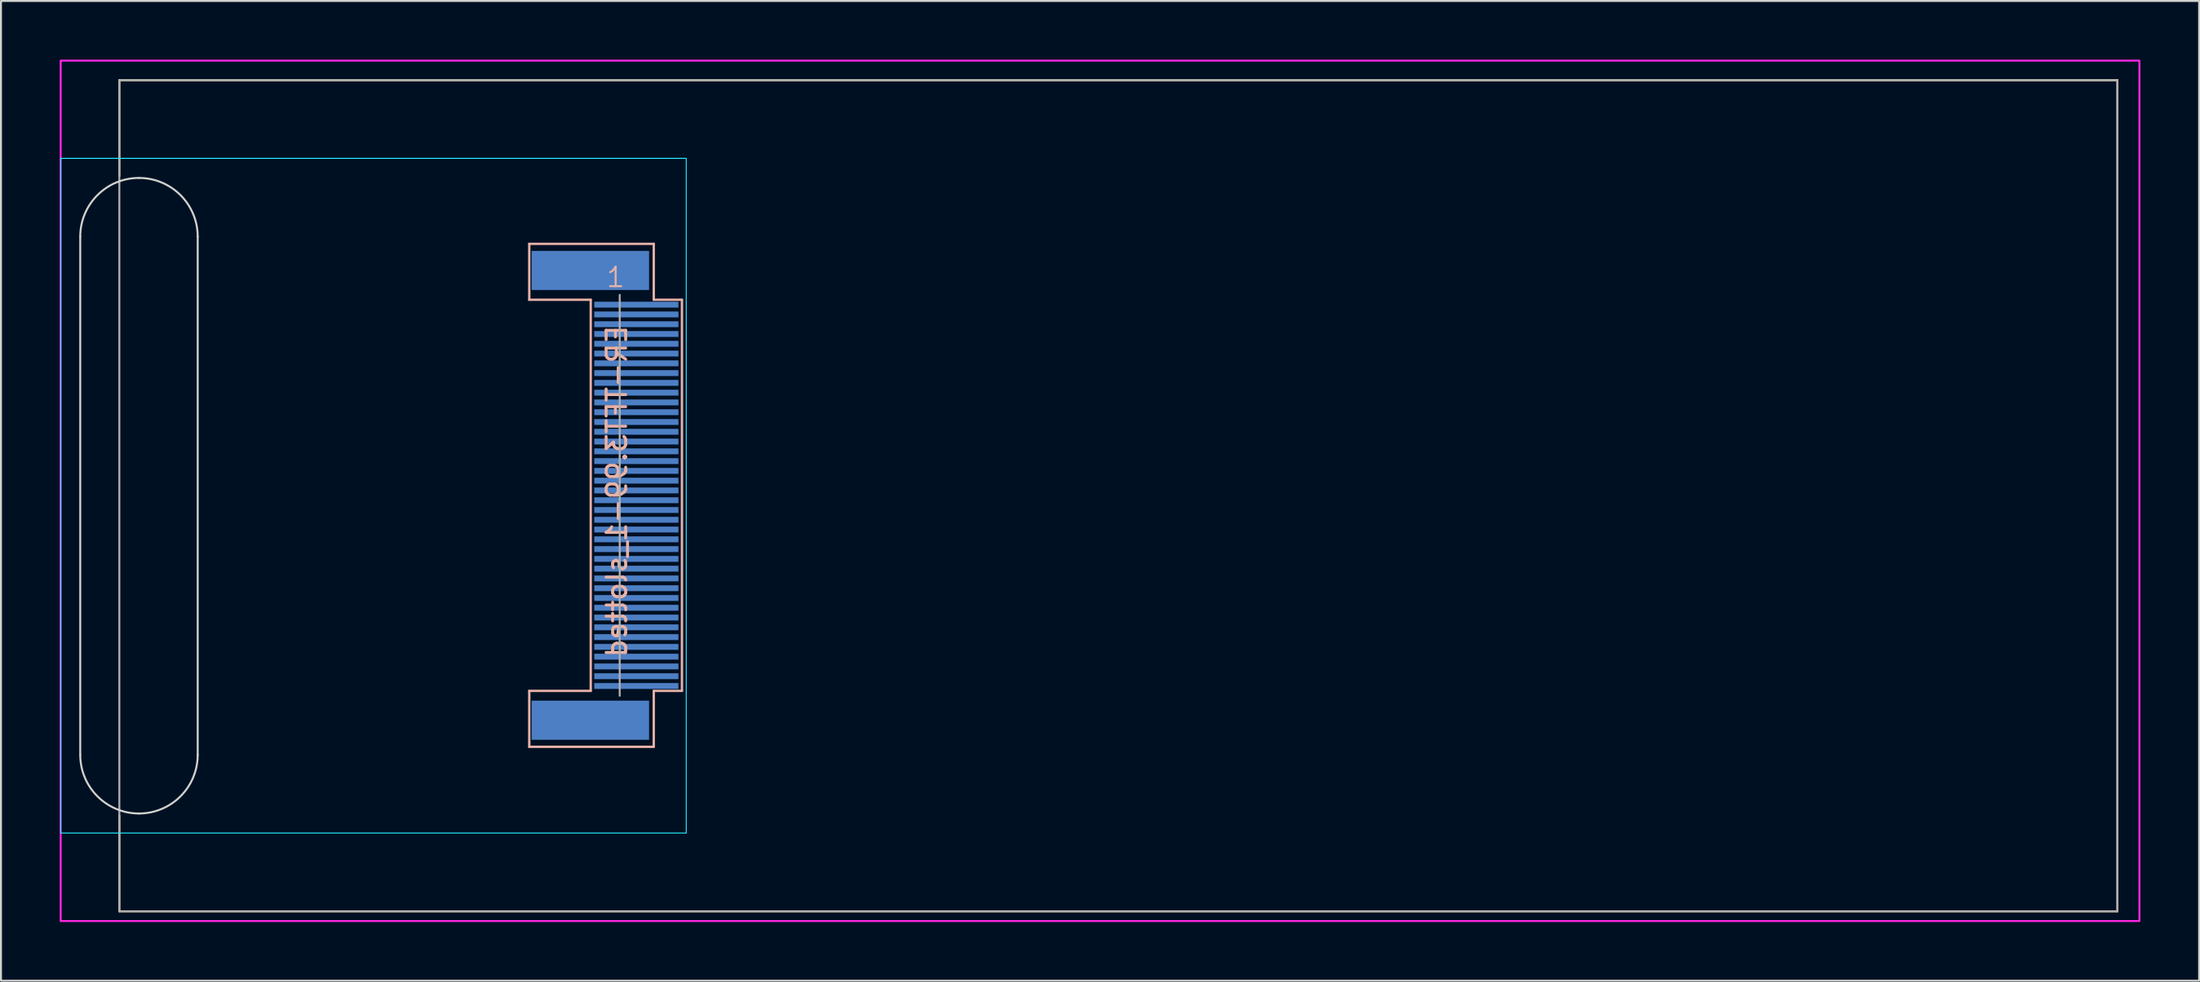
<source format=kicad_pcb>
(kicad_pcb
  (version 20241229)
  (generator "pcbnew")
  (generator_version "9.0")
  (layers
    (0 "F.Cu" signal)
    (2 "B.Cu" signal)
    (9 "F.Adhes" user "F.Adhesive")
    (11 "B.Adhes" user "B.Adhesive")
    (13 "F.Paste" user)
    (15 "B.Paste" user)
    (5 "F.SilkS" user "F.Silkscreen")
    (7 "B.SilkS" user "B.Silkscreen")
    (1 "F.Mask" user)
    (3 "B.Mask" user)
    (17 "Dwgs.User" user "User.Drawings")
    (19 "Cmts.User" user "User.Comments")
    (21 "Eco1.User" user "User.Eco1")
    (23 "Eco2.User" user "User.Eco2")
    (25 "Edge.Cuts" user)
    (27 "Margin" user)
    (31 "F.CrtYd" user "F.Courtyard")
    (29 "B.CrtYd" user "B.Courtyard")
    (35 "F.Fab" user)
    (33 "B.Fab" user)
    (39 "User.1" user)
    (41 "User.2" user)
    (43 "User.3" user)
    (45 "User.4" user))
  (footprint "ER-TFT3.99-1_slotted"
    (layer "F.Cu")
    (at 3.047 1.051)
    (property "Reference" "ER-TFT3.99-1_slotted" (at 25.413 21.029 270) (layer "B.SilkS") (effects (font (size 1 1) (thickness 0.15)) (justify mirror)))
    (attr smd)
    (fp_line (start 0 0) (end 0 4.9) (stroke (width 0.1) (type default)) (layer "F.SilkS"))
    (fp_line (start 0 37.6) (end 0 42.5) (stroke (width 0.1) (type default)) (layer "F.SilkS"))
    (fp_line (start 0 42.5) (end 102.08 42.5) (stroke (width 0.1) (type default)) (layer "F.SilkS"))
    (fp_line (start 102.08 0) (end 0 0) (stroke (width 0.1) (type default)) (layer "F.SilkS"))
    (fp_line (start 102.08 42.5) (end 102.08 0) (stroke (width 0.1) (type default)) (layer "F.SilkS"))
    (fp_line (start 20.943 8.369) (end 27.303 8.369) (stroke (width 0.12) (type default)) (layer "B.SilkS"))
    (fp_line (start 20.943 11.229) (end 20.943 8.369) (stroke (width 0.12) (type default)) (layer "B.SilkS"))
    (fp_line (start 20.943 31.229) (end 20.943 34.089) (stroke (width 0.12) (type default)) (layer "B.SilkS"))
    (fp_line (start 20.943 34.089) (end 27.303 34.089) (stroke (width 0.12) (type default)) (layer "B.SilkS"))
    (fp_line (start 24.083 11.229) (end 20.943 11.229) (stroke (width 0.12) (type default)) (layer "B.SilkS"))
    (fp_line (start 24.083 11.229) (end 24.083 31.229) (stroke (width 0.12) (type default)) (layer "B.SilkS"))
    (fp_line (start 24.083 31.229) (end 20.943 31.229) (stroke (width 0.12) (type default)) (layer "B.SilkS"))
    (fp_line (start 27.303 8.369) (end 27.303 11.229) (stroke (width 0.12) (type default)) (layer "B.SilkS"))
    (fp_line (start 27.303 11.229) (end 28.743 11.229) (stroke (width 0.12) (type default)) (layer "B.SilkS"))
    (fp_line (start 27.303 31.229) (end 28.743 31.229) (stroke (width 0.12) (type default)) (layer "B.SilkS"))
    (fp_line (start 27.303 34.089) (end 27.303 31.229) (stroke (width 0.12) (type default)) (layer "B.SilkS"))
    (fp_line (start 28.743 11.229) (end 28.743 31.229) (stroke (width 0.12) (type default)) (layer "B.SilkS"))
    (fp_line (start -1.997 7.999) (end -1.997 34.499) (stroke (width 0.1) (type solid)) (layer "Edge.Cuts"))
    (fp_line (start 4.003 7.999) (end 4.003 34.499) (stroke (width 0.1) (type solid)) (layer "Edge.Cuts"))
    (fp_arc (start -1.997 7.998999) (mid -1.11832 5.877679) (end 1.003 4.998999) (stroke (width 0.1) (type solid)) (layer "Edge.Cuts"))
    (fp_arc (start 1.003 4.999) (mid 3.12432 5.87768) (end 4.003 7.999) (stroke (width 0.1) (type solid)) (layer "Edge.Cuts"))
    (fp_arc (start 1.003 37.498999) (mid -1.11832 36.620319) (end -1.997 34.498999) (stroke (width 0.1) (type solid)) (layer "Edge.Cuts"))
    (fp_arc (start 4.003 34.499) (mid 3.12432 36.62032) (end 1.003 37.499) (stroke (width 0.1) (type solid)) (layer "Edge.Cuts"))
    (fp_rect (start -2.997 3.999) (end 28.963 38.499) (stroke (width 0.05) (type solid)) (fill no) (layer "B.CrtYd"))
    (fp_rect (start -2.997 -1.001) (end 103.203 42.999) (stroke (width 0.1) (type solid)) (fill no) (layer "F.CrtYd"))
    (fp_line (start 25.563 31.479) (end 25.563 10.979) (stroke (width 0.1) (type solid)) (layer "F.Fab"))
    (fp_rect (start 0 -0.001) (end 102.08 42.499) (stroke (width 0.1) (type solid)) (fill no) (layer "F.Fab"))
    (fp_text user "1" (at 24.813 10.659 0) (unlocked yes) (layer "B.SilkS") (effects (font (size 1 1) (thickness 0.1)) (justify left bottom)))
    (dimension (type orthogonal) (layer "User.3") (pts (xy 3.047 1.051) (xy 3.047 12.031)) (height 41.021) (orientation 1) (format (prefix "") (suffix "") (units 3) (units_format 0) (precision 4) (suppress_zeroes yes)) (style (thickness 0.1) (arrow_length 1.27) (text_position_mode 0) (arrow_direction outward) (extension_height 0.586) (extension_offset 0.5) (keep_text_aligned yes)) (gr_text "10.98" (at 42.968 6.541 90) (layer "User.3") (effects (font (size 1 1) (thickness 0.1)))))
    (dimension (type orthogonal) (layer "User.3") (pts (xy 3.047 1.051) (xy 24.417 1.051)) (height 39.878) (orientation 0) (format (prefix "") (suffix "") (units 3) (units_format 0) (precision 4) (suppress_zeroes yes)) (style (thickness 0.1) (arrow_length 1.27) (text_position_mode 0) (arrow_direction outward) (extension_height 0.586) (extension_offset 0.5) (keep_text_aligned yes)) (gr_text "21.37" (at 13.732 39.829 0) (layer "User.3") (effects (font (size 1 1) (thickness 0.1)))))
    (pad "0" smd rect (at 24.063 9.729 270) (size 2 6) (layers "B.Cu" "B.Mask" "B.Paste"))
    (pad "0" smd rect (at 24.063 32.729 270) (size 2 6) (layers "B.Cu" "B.Mask" "B.Paste"))
    (pad "1" smd rect (at 26.413 11.479 270) (size 0.3 4.3) (layers "B.Cu" "B.Mask" "B.Paste"))
    (pad "2" smd rect (at 26.413 11.979 270) (size 0.3 4.3) (layers "B.Cu" "B.Mask" "B.Paste"))
    (pad "3" smd rect (at 26.413 12.479 270) (size 0.3 4.3) (layers "B.Cu" "B.Mask" "B.Paste"))
    (pad "4" smd rect (at 26.413 12.979 270) (size 0.3 4.3) (layers "B.Cu" "B.Mask" "B.Paste"))
    (pad "5" smd rect (at 26.413 13.479 270) (size 0.3 4.3) (layers "B.Cu" "B.Mask" "B.Paste"))
    (pad "6" smd rect (at 26.413 13.979 270) (size 0.3 4.3) (layers "B.Cu" "B.Mask" "B.Paste"))
    (pad "7" smd rect (at 26.413 14.479 270) (size 0.3 4.3) (layers "B.Cu" "B.Mask" "B.Paste"))
    (pad "8" smd rect (at 26.413 14.979 270) (size 0.3 4.3) (layers "B.Cu" "B.Mask" "B.Paste"))
    (pad "9" smd rect (at 26.413 15.479 270) (size 0.3 4.3) (layers "B.Cu" "B.Mask" "B.Paste"))
    (pad "10" smd rect (at 26.413 15.979 270) (size 0.3 4.3) (layers "B.Cu" "B.Mask" "B.Paste"))
    (pad "11" smd rect (at 26.413 16.479 270) (size 0.3 4.3) (layers "B.Cu" "B.Mask" "B.Paste"))
    (pad "12" smd rect (at 26.413 16.979 270) (size 0.3 4.3) (layers "B.Cu" "B.Mask" "B.Paste"))
    (pad "13" smd rect (at 26.413 17.479 270) (size 0.3 4.3) (layers "B.Cu" "B.Mask" "B.Paste"))
    (pad "14" smd rect (at 26.413 17.979 270) (size 0.3 4.3) (layers "B.Cu" "B.Mask" "B.Paste"))
    (pad "15" smd rect (at 26.413 18.479 270) (size 0.3 4.3) (layers "B.Cu" "B.Mask" "B.Paste"))
    (pad "16" smd rect (at 26.413 18.979 270) (size 0.3 4.3) (layers "B.Cu" "B.Mask" "B.Paste"))
    (pad "17" smd rect (at 26.413 19.479 270) (size 0.3 4.3) (layers "B.Cu" "B.Mask" "B.Paste"))
    (pad "18" smd rect (at 26.413 19.979 270) (size 0.3 4.3) (layers "B.Cu" "B.Mask" "B.Paste"))
    (pad "19" smd rect (at 26.413 20.479 270) (size 0.3 4.3) (layers "B.Cu" "B.Mask" "B.Paste"))
    (pad "20" smd rect (at 26.413 20.979 270) (size 0.3 4.3) (layers "B.Cu" "B.Mask" "B.Paste"))
    (pad "21" smd rect (at 26.413 21.479 270) (size 0.3 4.3) (layers "B.Cu" "B.Mask" "B.Paste"))
    (pad "22" smd rect (at 26.413 21.979 270) (size 0.3 4.3) (layers "B.Cu" "B.Mask" "B.Paste"))
    (pad "23" smd rect (at 26.413 22.479 270) (size 0.3 4.3) (layers "B.Cu" "B.Mask" "B.Paste"))
    (pad "24" smd rect (at 26.413 22.979 270) (size 0.3 4.3) (layers "B.Cu" "B.Mask" "B.Paste"))
    (pad "25" smd rect (at 26.413 23.479 270) (size 0.3 4.3) (layers "B.Cu" "B.Mask" "B.Paste"))
    (pad "26" smd rect (at 26.413 23.979 270) (size 0.3 4.3) (layers "B.Cu" "B.Mask" "B.Paste"))
    (pad "27" smd rect (at 26.413 24.479 270) (size 0.3 4.3) (layers "B.Cu" "B.Mask" "B.Paste"))
    (pad "28" smd rect (at 26.413 24.979 270) (size 0.3 4.3) (layers "B.Cu" "B.Mask" "B.Paste"))
    (pad "29" smd rect (at 26.413 25.479 270) (size 0.3 4.3) (layers "B.Cu" "B.Mask" "B.Paste"))
    (pad "30" smd rect (at 26.413 25.979 270) (size 0.3 4.3) (layers "B.Cu" "B.Mask" "B.Paste"))
    (pad "31" smd rect (at 26.413 26.479 270) (size 0.3 4.3) (layers "B.Cu" "B.Mask" "B.Paste"))
    (pad "32" smd rect (at 26.413 26.979 270) (size 0.3 4.3) (layers "B.Cu" "B.Mask" "B.Paste"))
    (pad "33" smd rect (at 26.413 27.479 270) (size 0.3 4.3) (layers "B.Cu" "B.Mask" "B.Paste"))
    (pad "34" smd rect (at 26.413 27.979 270) (size 0.3 4.3) (layers "B.Cu" "B.Mask" "B.Paste"))
    (pad "35" smd rect (at 26.413 28.479 270) (size 0.3 4.3) (layers "B.Cu" "B.Mask" "B.Paste"))
    (pad "36" smd rect (at 26.413 28.979 270) (size 0.3 4.3) (layers "B.Cu" "B.Mask" "B.Paste"))
    (pad "37" smd rect (at 26.413 29.479 270) (size 0.3 4.3) (layers "B.Cu" "B.Mask" "B.Paste"))
    (pad "38" smd rect (at 26.413 29.979 270) (size 0.3 4.3) (layers "B.Cu" "B.Mask" "B.Paste"))
    (pad "39" smd rect (at 26.413 30.479 270) (size 0.3 4.3) (layers "B.Cu" "B.Mask" "B.Paste"))
    (pad "40" smd rect (at 26.413 30.979 270) (size 0.3 4.3) (layers "B.Cu" "B.Mask" "B.Paste")))
  (gr_rect
    (start -3 -3)
    (end 109.3 47.1)
    (stroke (width 0.1) (type default))
    (fill no)
    (layer "Edge.Cuts")))
</source>
